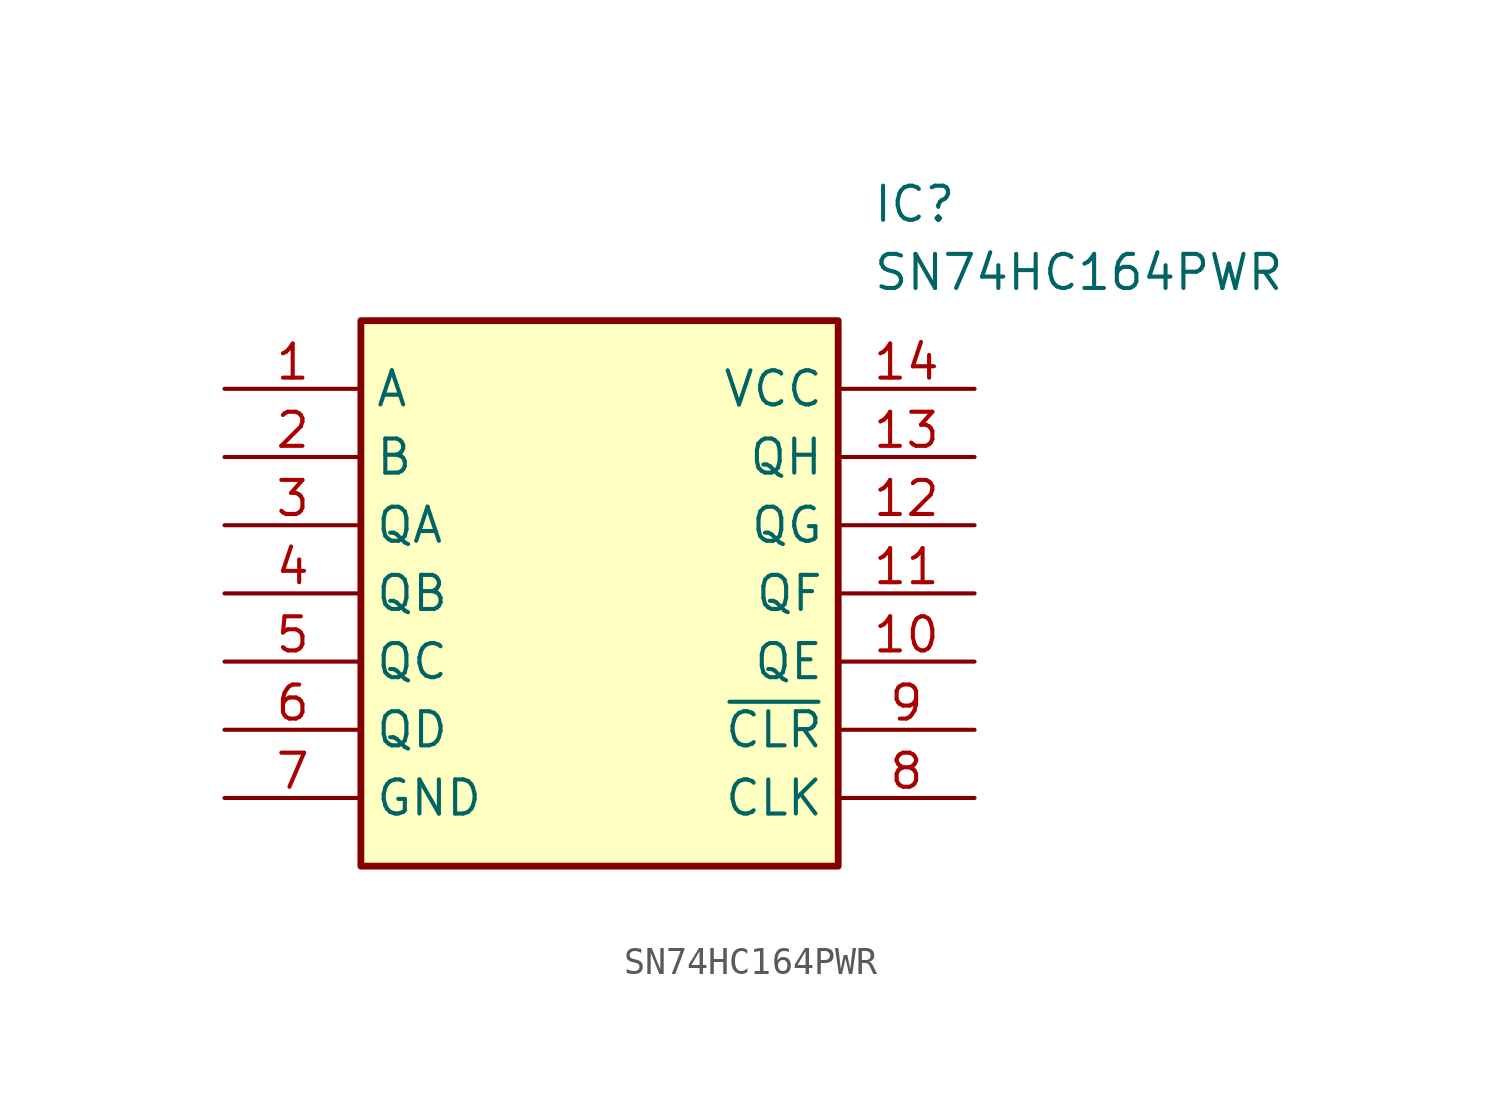
<source format=kicad_sym>
(kicad_symbol_lib
  (version 20211014)
  (generator SamacSys_ECAD_Model)
  (symbol "SN74HC164PWR"
    (property "Reference" "IC"
      (at 24.13 7.62 0)
      (effects (font (size 1.27 1.27)) (justify left top)))
    (property "Value" "SN74HC164PWR"
      (at 24.13 5.08 0)
      (effects (font (size 1.27 1.27)) (justify left top)))
    (rectangle
      (start 5.08 2.54)
      (end 22.86 -17.78)
      (stroke (width 0.254) (type default))
      (fill (type background)))
    (pin passive line
      (at 0 0 0)
      (length 5.08)
      (name "A" (effects (font (size 1.27 1.27))))
      (number "1" (effects (font (size 1.27 1.27)))))
    (pin passive line
      (at 0 -2.54 0)
      (length 5.08)
      (name "B" (effects (font (size 1.27 1.27))))
      (number "2" (effects (font (size 1.27 1.27)))))
    (pin passive line
      (at 0 -5.08 0)
      (length 5.08)
      (name "QA" (effects (font (size 1.27 1.27))))
      (number "3" (effects (font (size 1.27 1.27)))))
    (pin passive line
      (at 0 -7.62 0)
      (length 5.08)
      (name "QB" (effects (font (size 1.27 1.27))))
      (number "4" (effects (font (size 1.27 1.27)))))
    (pin passive line
      (at 0 -10.16 0)
      (length 5.08)
      (name "QC" (effects (font (size 1.27 1.27))))
      (number "5" (effects (font (size 1.27 1.27)))))
    (pin passive line
      (at 0 -12.7 0)
      (length 5.08)
      (name "QD" (effects (font (size 1.27 1.27))))
      (number "6" (effects (font (size 1.27 1.27)))))
    (pin passive line
      (at 0 -15.24 0)
      (length 5.08)
      (name "GND" (effects (font (size 1.27 1.27))))
      (number "7" (effects (font (size 1.27 1.27)))))
    (pin passive line
      (at 27.94 0 180)
      (length 5.08)
      (name "VCC" (effects (font (size 1.27 1.27))))
      (number "14" (effects (font (size 1.27 1.27)))))
    (pin passive line
      (at 27.94 -2.54 180)
      (length 5.08)
      (name "QH" (effects (font (size 1.27 1.27))))
      (number "13" (effects (font (size 1.27 1.27)))))
    (pin passive line
      (at 27.94 -5.08 180)
      (length 5.08)
      (name "QG" (effects (font (size 1.27 1.27))))
      (number "12" (effects (font (size 1.27 1.27)))))
    (pin passive line
      (at 27.94 -7.62 180)
      (length 5.08)
      (name "QF" (effects (font (size 1.27 1.27))))
      (number "11" (effects (font (size 1.27 1.27)))))
    (pin passive line
      (at 27.94 -10.16 180)
      (length 5.08)
      (name "QE" (effects (font (size 1.27 1.27))))
      (number "10" (effects (font (size 1.27 1.27)))))
    (pin passive line
      (at 27.94 -12.7 180)
      (length 5.08)
      (name "~{CLR}" (effects (font (size 1.27 1.27))))
      (number "9" (effects (font (size 1.27 1.27)))))
    (pin passive line
      (at 27.94 -15.24 180)
      (length 5.08)
      (name "CLK" (effects (font (size 1.27 1.27))))
      (number "8" (effects (font (size 1.27 1.27)))))))
</source>
